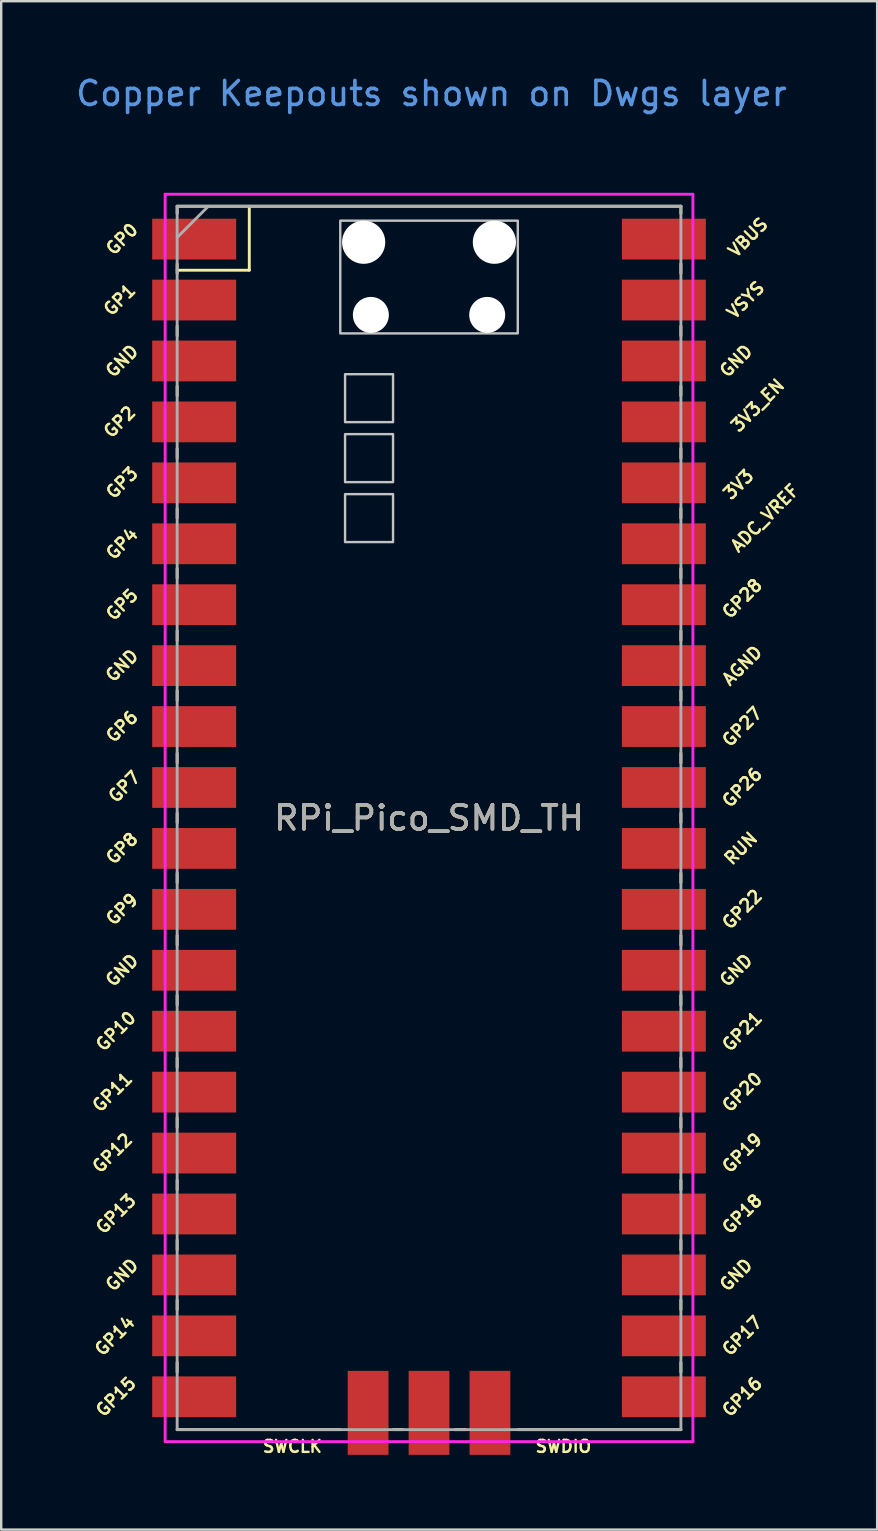
<source format=kicad_pcb>
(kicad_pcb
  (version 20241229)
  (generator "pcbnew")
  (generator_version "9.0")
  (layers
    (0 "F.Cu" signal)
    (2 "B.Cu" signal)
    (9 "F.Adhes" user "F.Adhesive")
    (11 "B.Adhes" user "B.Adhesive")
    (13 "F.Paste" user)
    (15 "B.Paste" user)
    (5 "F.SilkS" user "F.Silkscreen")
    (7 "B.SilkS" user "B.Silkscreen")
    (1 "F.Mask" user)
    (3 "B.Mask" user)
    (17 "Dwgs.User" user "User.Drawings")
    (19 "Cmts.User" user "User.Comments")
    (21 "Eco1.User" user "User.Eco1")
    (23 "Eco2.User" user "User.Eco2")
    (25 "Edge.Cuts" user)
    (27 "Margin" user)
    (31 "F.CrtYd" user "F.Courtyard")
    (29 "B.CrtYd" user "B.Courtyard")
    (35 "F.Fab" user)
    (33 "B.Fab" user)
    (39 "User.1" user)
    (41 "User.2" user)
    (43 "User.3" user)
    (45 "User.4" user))
  (footprint "RPi_Pico_SMD_TH"
    (layer "F.Cu")
    (at 14.835 31.048)
    (property "Reference" "RPi_Pico_SMD_TH" (at 0 0 0) (layer "F.SilkS") (effects (font (size 1 1) (thickness 0.15))))
    (attr through_hole)
    (fp_line (start -10.5 -25.5) (end -10.5 -25.2) (stroke (width 0.12) (type solid)) (layer "F.SilkS"))
    (fp_line (start -10.5 -25.5) (end 10.5 -25.5) (stroke (width 0.12) (type solid)) (layer "F.SilkS"))
    (fp_line (start -10.5 -23.1) (end -10.5 -22.7) (stroke (width 0.12) (type solid)) (layer "F.SilkS"))
    (fp_line (start -10.5 -22.833) (end -7.493 -22.833) (stroke (width 0.12) (type solid)) (layer "F.SilkS"))
    (fp_line (start -10.5 -20.5) (end -10.5 -20.1) (stroke (width 0.12) (type solid)) (layer "F.SilkS"))
    (fp_line (start -10.5 -18) (end -10.5 -17.6) (stroke (width 0.12) (type solid)) (layer "F.SilkS"))
    (fp_line (start -10.5 -15.4) (end -10.5 -15) (stroke (width 0.12) (type solid)) (layer "F.SilkS"))
    (fp_line (start -10.5 -12.9) (end -10.5 -12.5) (stroke (width 0.12) (type solid)) (layer "F.SilkS"))
    (fp_line (start -10.5 -10.4) (end -10.5 -10) (stroke (width 0.12) (type solid)) (layer "F.SilkS"))
    (fp_line (start -10.5 -7.8) (end -10.5 -7.4) (stroke (width 0.12) (type solid)) (layer "F.SilkS"))
    (fp_line (start -10.5 -5.3) (end -10.5 -4.9) (stroke (width 0.12) (type solid)) (layer "F.SilkS"))
    (fp_line (start -10.5 -2.7) (end -10.5 -2.3) (stroke (width 0.12) (type solid)) (layer "F.SilkS"))
    (fp_line (start -10.5 -0.2) (end -10.5 0.2) (stroke (width 0.12) (type solid)) (layer "F.SilkS"))
    (fp_line (start -10.5 2.3) (end -10.5 2.7) (stroke (width 0.12) (type solid)) (layer "F.SilkS"))
    (fp_line (start -10.5 4.9) (end -10.5 5.3) (stroke (width 0.12) (type solid)) (layer "F.SilkS"))
    (fp_line (start -10.5 7.4) (end -10.5 7.8) (stroke (width 0.12) (type solid)) (layer "F.SilkS"))
    (fp_line (start -10.5 10) (end -10.5 10.4) (stroke (width 0.12) (type solid)) (layer "F.SilkS"))
    (fp_line (start -10.5 12.5) (end -10.5 12.9) (stroke (width 0.12) (type solid)) (layer "F.SilkS"))
    (fp_line (start -10.5 15.1) (end -10.5 15.5) (stroke (width 0.12) (type solid)) (layer "F.SilkS"))
    (fp_line (start -10.5 17.6) (end -10.5 18) (stroke (width 0.12) (type solid)) (layer "F.SilkS"))
    (fp_line (start -10.5 20.1) (end -10.5 20.5) (stroke (width 0.12) (type solid)) (layer "F.SilkS"))
    (fp_line (start -10.5 22.7) (end -10.5 23.1) (stroke (width 0.12) (type solid)) (layer "F.SilkS"))
    (fp_line (start -7.493 -22.833) (end -7.493 -25.5) (stroke (width 0.12) (type solid)) (layer "F.SilkS"))
    (fp_line (start -3.7 25.5) (end -10.5 25.5) (stroke (width 0.12) (type solid)) (layer "F.SilkS"))
    (fp_line (start -1.5 25.5) (end -1.1 25.5) (stroke (width 0.12) (type solid)) (layer "F.SilkS"))
    (fp_line (start 1.1 25.5) (end 1.5 25.5) (stroke (width 0.12) (type solid)) (layer "F.SilkS"))
    (fp_line (start 10.5 -25.5) (end 10.5 -25.2) (stroke (width 0.12) (type solid)) (layer "F.SilkS"))
    (fp_line (start 10.5 -23.1) (end 10.5 -22.7) (stroke (width 0.12) (type solid)) (layer "F.SilkS"))
    (fp_line (start 10.5 -20.5) (end 10.5 -20.1) (stroke (width 0.12) (type solid)) (layer "F.SilkS"))
    (fp_line (start 10.5 -18) (end 10.5 -17.6) (stroke (width 0.12) (type solid)) (layer "F.SilkS"))
    (fp_line (start 10.5 -15.4) (end 10.5 -15) (stroke (width 0.12) (type solid)) (layer "F.SilkS"))
    (fp_line (start 10.5 -12.9) (end 10.5 -12.5) (stroke (width 0.12) (type solid)) (layer "F.SilkS"))
    (fp_line (start 10.5 -10.4) (end 10.5 -10) (stroke (width 0.12) (type solid)) (layer "F.SilkS"))
    (fp_line (start 10.5 -7.8) (end 10.5 -7.4) (stroke (width 0.12) (type solid)) (layer "F.SilkS"))
    (fp_line (start 10.5 -5.3) (end 10.5 -4.9) (stroke (width 0.12) (type solid)) (layer "F.SilkS"))
    (fp_line (start 10.5 -2.7) (end 10.5 -2.3) (stroke (width 0.12) (type solid)) (layer "F.SilkS"))
    (fp_line (start 10.5 -0.2) (end 10.5 0.2) (stroke (width 0.12) (type solid)) (layer "F.SilkS"))
    (fp_line (start 10.5 2.3) (end 10.5 2.7) (stroke (width 0.12) (type solid)) (layer "F.SilkS"))
    (fp_line (start 10.5 4.9) (end 10.5 5.3) (stroke (width 0.12) (type solid)) (layer "F.SilkS"))
    (fp_line (start 10.5 7.4) (end 10.5 7.8) (stroke (width 0.12) (type solid)) (layer "F.SilkS"))
    (fp_line (start 10.5 10) (end 10.5 10.4) (stroke (width 0.12) (type solid)) (layer "F.SilkS"))
    (fp_line (start 10.5 12.5) (end 10.5 12.9) (stroke (width 0.12) (type solid)) (layer "F.SilkS"))
    (fp_line (start 10.5 15.1) (end 10.5 15.5) (stroke (width 0.12) (type solid)) (layer "F.SilkS"))
    (fp_line (start 10.5 17.6) (end 10.5 18) (stroke (width 0.12) (type solid)) (layer "F.SilkS"))
    (fp_line (start 10.5 20.1) (end 10.5 20.5) (stroke (width 0.12) (type solid)) (layer "F.SilkS"))
    (fp_line (start 10.5 22.7) (end 10.5 23.1) (stroke (width 0.12) (type solid)) (layer "F.SilkS"))
    (fp_line (start 10.5 25.5) (end 3.7 25.5) (stroke (width 0.12) (type solid)) (layer "F.SilkS"))
    (fp_poly (pts (xy -1.5 -16.5) (xy -3.5 -16.5) (xy -3.5 -18.5) (xy -1.5 -18.5)) (stroke (width 0.1) (type solid)) (fill no) (layer "Dwgs.User"))
    (fp_poly (pts (xy -1.5 -14) (xy -3.5 -14) (xy -3.5 -16) (xy -1.5 -16)) (stroke (width 0.1) (type solid)) (fill no) (layer "Dwgs.User"))
    (fp_poly (pts (xy -1.5 -11.5) (xy -3.5 -11.5) (xy -3.5 -13.5) (xy -1.5 -13.5)) (stroke (width 0.1) (type solid)) (fill no) (layer "Dwgs.User"))
    (fp_poly (pts (xy 3.7 -20.2) (xy -3.7 -20.2) (xy -3.7 -24.9) (xy 3.7 -24.9)) (stroke (width 0.1) (type solid)) (fill no) (layer "Dwgs.User"))
    (fp_line (start -11 -26) (end 11 -26) (stroke (width 0.12) (type solid)) (layer "F.CrtYd"))
    (fp_line (start -11 26) (end -11 -26) (stroke (width 0.12) (type solid)) (layer "F.CrtYd"))
    (fp_line (start 11 -26) (end 11 26) (stroke (width 0.12) (type solid)) (layer "F.CrtYd"))
    (fp_line (start 11 26) (end -11 26) (stroke (width 0.12) (type solid)) (layer "F.CrtYd"))
    (fp_line (start -10.5 -25.5) (end 10.5 -25.5) (stroke (width 0.12) (type solid)) (layer "F.Fab"))
    (fp_line (start -10.5 -24.2) (end -9.2 -25.5) (stroke (width 0.12) (type solid)) (layer "F.Fab"))
    (fp_line (start -10.5 25.5) (end -10.5 -25.5) (stroke (width 0.12) (type solid)) (layer "F.Fab"))
    (fp_line (start 10.5 -25.5) (end 10.5 25.5) (stroke (width 0.12) (type solid)) (layer "F.Fab"))
    (fp_line (start 10.5 25.5) (end -10.5 25.5) (stroke (width 0.12) (type solid)) (layer "F.Fab"))
    (fp_text user "GP8" (at -12.8 1.27 45) (layer "F.SilkS") (effects (font (size 0.5 0.5) (thickness 0.1))))
    (fp_text user "GP20" (at 13.054 11.43 45) (layer "F.SilkS") (effects (font (size 0.5 0.5) (thickness 0.1))))
    (fp_text user "GP12" (at -13.2 13.97 45) (layer "F.SilkS") (effects (font (size 0.5 0.5) (thickness 0.1))))
    (fp_text user "GP10" (at -13.054 8.89 45) (layer "F.SilkS") (effects (font (size 0.5 0.5) (thickness 0.1))))
    (fp_text user "GP2" (at -12.9 -16.51 45) (layer "F.SilkS") (effects (font (size 0.5 0.5) (thickness 0.1))))
    (fp_text user "3V3" (at 12.9 -13.9 45) (layer "F.SilkS") (effects (font (size 0.5 0.5) (thickness 0.1))))
    (fp_text user "GP19" (at 13.054 13.97 45) (layer "F.SilkS") (effects (font (size 0.5 0.5) (thickness 0.1))))
    (fp_text user "GP17" (at 13.054 21.59 45) (layer "F.SilkS") (effects (font (size 0.5 0.5) (thickness 0.1))))
    (fp_text user "GND" (at 12.8 -19.05 45) (layer "F.SilkS") (effects (font (size 0.5 0.5) (thickness 0.1))))
    (fp_text user "GP11" (at -13.2 11.43 45) (layer "F.SilkS") (effects (font (size 0.5 0.5) (thickness 0.1))))
    (fp_text user "VBUS" (at 13.3 -24.2 45) (layer "F.SilkS") (effects (font (size 0.5 0.5) (thickness 0.1))))
    (fp_text user "GND" (at -12.8 19.05 45) (layer "F.SilkS") (effects (font (size 0.5 0.5) (thickness 0.1))))
    (fp_text user "GP21" (at 13.054 8.9 45) (layer "F.SilkS") (effects (font (size 0.5 0.5) (thickness 0.1))))
    (fp_text user "GP4" (at -12.8 -11.43 45) (layer "F.SilkS") (effects (font (size 0.5 0.5) (thickness 0.1))))
    (fp_text user "GP13" (at -13.054 16.51 45) (layer "F.SilkS") (effects (font (size 0.5 0.5) (thickness 0.1))))
    (fp_text user "GND" (at -12.8 6.35 45) (layer "F.SilkS") (effects (font (size 0.5 0.5) (thickness 0.1))))
    (fp_text user "SWDIO" (at 5.6 26.2 0) (layer "F.SilkS") (effects (font (size 0.5 0.5) (thickness 0.1))))
    (fp_text user "GP14" (at -13.1 21.59 45) (layer "F.SilkS") (effects (font (size 0.5 0.5) (thickness 0.1))))
    (fp_text user "RUN" (at 13 1.27 45) (layer "F.SilkS") (effects (font (size 0.5 0.5) (thickness 0.1))))
    (fp_text user "3V3_EN" (at 13.7 -17.2 45) (layer "F.SilkS") (effects (font (size 0.5 0.5) (thickness 0.1))))
    (fp_text user "GND" (at -12.8 -19.05 45) (layer "F.SilkS") (effects (font (size 0.5 0.5) (thickness 0.1))))
    (fp_text user "VSYS" (at 13.2 -21.59 45) (layer "F.SilkS") (effects (font (size 0.5 0.5) (thickness 0.1))))
    (fp_text user "GND" (at 12.8 6.35 45) (layer "F.SilkS") (effects (font (size 0.5 0.5) (thickness 0.1))))
    (fp_text user "GP16" (at 13.054 24.13 45) (layer "F.SilkS") (effects (font (size 0.5 0.5) (thickness 0.1))))
    (fp_text user "GP7" (at -12.7 -1.3 45) (layer "F.SilkS") (effects (font (size 0.5 0.5) (thickness 0.1))))
    (fp_text user "GP22" (at 13.054 3.81 45) (layer "F.SilkS") (effects (font (size 0.5 0.5) (thickness 0.1))))
    (fp_text user "AGND" (at 13.054 -6.35 45) (layer "F.SilkS") (effects (font (size 0.5 0.5) (thickness 0.1))))
    (fp_text user "GP15" (at -13.054 24.13 45) (layer "F.SilkS") (effects (font (size 0.5 0.5) (thickness 0.1))))
    (fp_text user "GP6" (at -12.8 -3.81 45) (layer "F.SilkS") (effects (font (size 0.5 0.5) (thickness 0.1))))
    (fp_text user "GND" (at -12.8 -6.35 45) (layer "F.SilkS") (effects (font (size 0.5 0.5) (thickness 0.1))))
    (fp_text user "GP1" (at -12.9 -21.6 45) (layer "F.SilkS") (effects (font (size 0.5 0.5) (thickness 0.1))))
    (fp_text user "GP26" (at 13.054 -1.27 45) (layer "F.SilkS") (effects (font (size 0.5 0.5) (thickness 0.1))))
    (fp_text user "GP0" (at -12.8 -24.13 45) (layer "F.SilkS") (effects (font (size 0.5 0.5) (thickness 0.1))))
    (fp_text user "GP9" (at -12.8 3.81 45) (layer "F.SilkS") (effects (font (size 0.5 0.5) (thickness 0.1))))
    (fp_text user "ADC_VREF" (at 14 -12.5 45) (layer "F.SilkS") (effects (font (size 0.5 0.5) (thickness 0.1))))
    (fp_text user "GP28" (at 13.054 -9.144 45) (layer "F.SilkS") (effects (font (size 0.5 0.5) (thickness 0.1))))
    (fp_text user "GP3" (at -12.8 -13.97 45) (layer "F.SilkS") (effects (font (size 0.5 0.5) (thickness 0.1))))
    (fp_text user "GP5" (at -12.8 -8.89 45) (layer "F.SilkS") (effects (font (size 0.5 0.5) (thickness 0.1))))
    (fp_text user "GP18" (at 13.054 16.51 45) (layer "F.SilkS") (effects (font (size 0.5 0.5) (thickness 0.1))))
    (fp_text user "GND" (at 12.8 19.05 45) (layer "F.SilkS") (effects (font (size 0.5 0.5) (thickness 0.1))))
    (fp_text user "GP27" (at 13.054 -3.8 45) (layer "F.SilkS") (effects (font (size 0.5 0.5) (thickness 0.1))))
    (fp_text user "SWCLK" (at -5.7 26.2 0) (layer "F.SilkS") (effects (font (size 0.5 0.5) (thickness 0.1))))
    (fp_text user "Copper Keepouts shown on Dwgs layer" (at 0.1 -30.2 0) (layer "Cmts.User") (effects (font (size 1 1) (thickness 0.15))))
    (fp_text user "${REFERENCE}" (at 0 0 180) (layer "F.Fab") (effects (font (size 1 1) (thickness 0.15))))
    (pad "" np_thru_hole oval (at -2.725 -24) (size 1.8 1.8) (drill 1.8) (layers "*.Cu" "*.Mask"))
    (pad "" np_thru_hole oval (at -2.425 -20.97) (size 1.5 1.5) (drill 1.5) (layers "*.Cu" "*.Mask"))
    (pad "" np_thru_hole oval (at 2.425 -20.97) (size 1.5 1.5) (drill 1.5) (layers "*.Cu" "*.Mask"))
    (pad "" np_thru_hole oval (at 2.725 -24) (size 1.8 1.8) (drill 1.8) (layers "*.Cu" "*.Mask"))
    (pad "1" smd rect (at -8.89 -24.13) (size 3.5 1.7) (drill (offset -0.9 0)) (layers "F.Cu" "F.Mask"))
    (pad "2" smd rect (at -8.89 -21.59) (size 3.5 1.7) (drill (offset -0.9 0)) (layers "F.Cu" "F.Mask"))
    (pad "3" smd rect (at -8.89 -19.05) (size 3.5 1.7) (drill (offset -0.9 0)) (layers "F.Cu" "F.Mask"))
    (pad "4" smd rect (at -8.89 -16.51) (size 3.5 1.7) (drill (offset -0.9 0)) (layers "F.Cu" "F.Mask"))
    (pad "5" smd rect (at -8.89 -13.97) (size 3.5 1.7) (drill (offset -0.9 0)) (layers "F.Cu" "F.Mask"))
    (pad "6" smd rect (at -8.89 -11.43) (size 3.5 1.7) (drill (offset -0.9 0)) (layers "F.Cu" "F.Mask"))
    (pad "7" smd rect (at -8.89 -8.89) (size 3.5 1.7) (drill (offset -0.9 0)) (layers "F.Cu" "F.Mask"))
    (pad "8" smd rect (at -8.89 -6.35) (size 3.5 1.7) (drill (offset -0.9 0)) (layers "F.Cu" "F.Mask"))
    (pad "9" smd rect (at -8.89 -3.81) (size 3.5 1.7) (drill (offset -0.9 0)) (layers "F.Cu" "F.Mask"))
    (pad "10" smd rect (at -8.89 -1.27) (size 3.5 1.7) (drill (offset -0.9 0)) (layers "F.Cu" "F.Mask"))
    (pad "11" smd rect (at -8.89 1.27) (size 3.5 1.7) (drill (offset -0.9 0)) (layers "F.Cu" "F.Mask"))
    (pad "12" smd rect (at -8.89 3.81) (size 3.5 1.7) (drill (offset -0.9 0)) (layers "F.Cu" "F.Mask"))
    (pad "13" smd rect (at -8.89 6.35) (size 3.5 1.7) (drill (offset -0.9 0)) (layers "F.Cu" "F.Mask"))
    (pad "14" smd rect (at -8.89 8.89) (size 3.5 1.7) (drill (offset -0.9 0)) (layers "F.Cu" "F.Mask"))
    (pad "15" smd rect (at -8.89 11.43) (size 3.5 1.7) (drill (offset -0.9 0)) (layers "F.Cu" "F.Mask"))
    (pad "16" smd rect (at -8.89 13.97) (size 3.5 1.7) (drill (offset -0.9 0)) (layers "F.Cu" "F.Mask"))
    (pad "17" smd rect (at -8.89 16.51) (size 3.5 1.7) (drill (offset -0.9 0)) (layers "F.Cu" "F.Mask"))
    (pad "18" smd rect (at -8.89 19.05) (size 3.5 1.7) (drill (offset -0.9 0)) (layers "F.Cu" "F.Mask"))
    (pad "19" smd rect (at -8.89 21.59) (size 3.5 1.7) (drill (offset -0.9 0)) (layers "F.Cu" "F.Mask"))
    (pad "20" smd rect (at -8.89 24.13) (size 3.5 1.7) (drill (offset -0.9 0)) (layers "F.Cu" "F.Mask"))
    (pad "21" smd rect (at 8.89 24.13) (size 3.5 1.7) (drill (offset 0.9 0)) (layers "F.Cu" "F.Mask"))
    (pad "22" smd rect (at 8.89 21.59) (size 3.5 1.7) (drill (offset 0.9 0)) (layers "F.Cu" "F.Mask"))
    (pad "23" smd rect (at 8.89 19.05) (size 3.5 1.7) (drill (offset 0.9 0)) (layers "F.Cu" "F.Mask"))
    (pad "24" smd rect (at 8.89 16.51) (size 3.5 1.7) (drill (offset 0.9 0)) (layers "F.Cu" "F.Mask"))
    (pad "25" smd rect (at 8.89 13.97) (size 3.5 1.7) (drill (offset 0.9 0)) (layers "F.Cu" "F.Mask"))
    (pad "26" smd rect (at 8.89 11.43) (size 3.5 1.7) (drill (offset 0.9 0)) (layers "F.Cu" "F.Mask"))
    (pad "27" smd rect (at 8.89 8.89) (size 3.5 1.7) (drill (offset 0.9 0)) (layers "F.Cu" "F.Mask"))
    (pad "28" smd rect (at 8.89 6.35) (size 3.5 1.7) (drill (offset 0.9 0)) (layers "F.Cu" "F.Mask"))
    (pad "29" smd rect (at 8.89 3.81) (size 3.5 1.7) (drill (offset 0.9 0)) (layers "F.Cu" "F.Mask"))
    (pad "30" smd rect (at 8.89 1.27) (size 3.5 1.7) (drill (offset 0.9 0)) (layers "F.Cu" "F.Mask"))
    (pad "31" smd rect (at 8.89 -1.27) (size 3.5 1.7) (drill (offset 0.9 0)) (layers "F.Cu" "F.Mask"))
    (pad "32" smd rect (at 8.89 -3.81) (size 3.5 1.7) (drill (offset 0.9 0)) (layers "F.Cu" "F.Mask"))
    (pad "33" smd rect (at 8.89 -6.35) (size 3.5 1.7) (drill (offset 0.9 0)) (layers "F.Cu" "F.Mask"))
    (pad "34" smd rect (at 8.89 -8.89) (size 3.5 1.7) (drill (offset 0.9 0)) (layers "F.Cu" "F.Mask"))
    (pad "35" smd rect (at 8.89 -11.43) (size 3.5 1.7) (drill (offset 0.9 0)) (layers "F.Cu" "F.Mask"))
    (pad "36" smd rect (at 8.89 -13.97) (size 3.5 1.7) (drill (offset 0.9 0)) (layers "F.Cu" "F.Mask"))
    (pad "37" smd rect (at 8.89 -16.51) (size 3.5 1.7) (drill (offset 0.9 0)) (layers "F.Cu" "F.Mask"))
    (pad "38" smd rect (at 8.89 -19.05) (size 3.5 1.7) (drill (offset 0.9 0)) (layers "F.Cu" "F.Mask"))
    (pad "39" smd rect (at 8.89 -21.59) (size 3.5 1.7) (drill (offset 0.9 0)) (layers "F.Cu" "F.Mask"))
    (pad "40" smd rect (at 8.89 -24.13) (size 3.5 1.7) (drill (offset 0.9 0)) (layers "F.Cu" "F.Mask"))
    (pad "41" smd rect (at -2.54 23.9 90) (size 3.5 1.7) (drill (offset -0.9 0)) (layers "F.Cu" "F.Mask"))
    (pad "42" smd rect (at 0 23.9 90) (size 3.5 1.7) (drill (offset -0.9 0)) (layers "F.Cu" "F.Mask"))
    (pad "43" smd rect (at 2.54 23.9 90) (size 3.5 1.7) (drill (offset -0.9 0)) (layers "F.Cu" "F.Mask")))
  (gr_rect
    (start -3 -3)
    (end 33.516 60.716)
    (stroke (width 0.1) (type default))
    (fill no)
    (layer "Edge.Cuts")))
</source>
